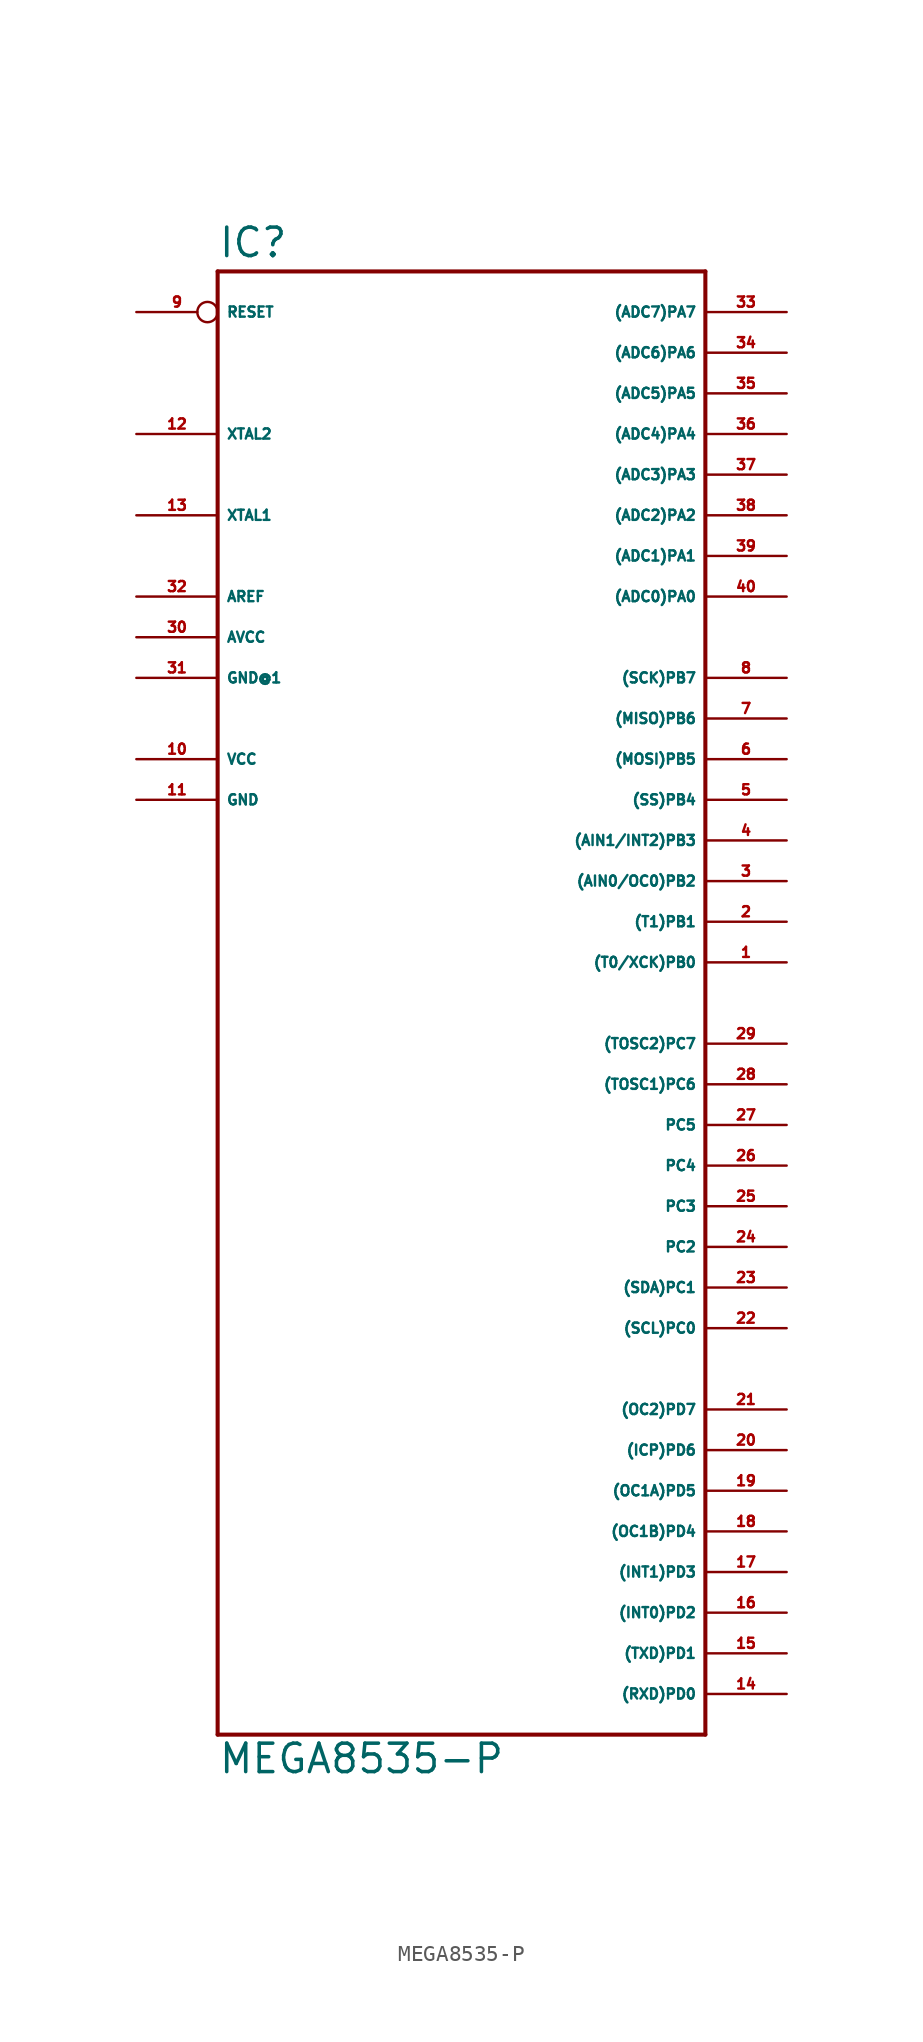
<source format=kicad_sym>
(kicad_symbol_lib
  (version 20220914)
  (generator Eagle2Kicad)
  (symbol "MEGA8535-P"
    (property "Reference" "IC"
      (at -15.24 43.942 0)
      (effects (font (size 1.778 1.778) (thickness 0.22)) (justify left bottom)))
    (property "Value" "MEGA8535-P"
      (at -15.24 -50.8 0)
      (effects (font (size 1.778 1.778) (thickness 0.22)) (justify left bottom)))
    (polyline
      (pts (xy -15.24 43.18) (xy 15.24 43.18))
      (stroke (width 0.254) (type default))
      (fill (type none)))
    (polyline
      (pts (xy 15.24 43.18) (xy 15.24 -48.26))
      (stroke (width 0.254) (type default))
      (fill (type none)))
    (polyline
      (pts (xy 15.24 -48.26) (xy -15.24 -48.26))
      (stroke (width 0.254) (type default))
      (fill (type none)))
    (polyline
      (pts (xy -15.24 -48.26) (xy -15.24 43.18))
      (stroke (width 0.254) (type default))
      (fill (type none)))
    (pin bidirectional line
      (at 20.32 40.64 180)
      (length 5.08)
      (name "(ADC7)PA7" (effects (font (size 0.635 0.635) (thickness 0.08)) (justify left bottom)))
      (number "33" (effects (font (size 0.635 0.635) (thickness 0.08)) (justify left bottom))))
    (pin bidirectional line
      (at 20.32 38.1 180)
      (length 5.08)
      (name "(ADC6)PA6" (effects (font (size 0.635 0.635) (thickness 0.08)) (justify left bottom)))
      (number "34" (effects (font (size 0.635 0.635) (thickness 0.08)) (justify left bottom))))
    (pin bidirectional line
      (at 20.32 35.56 180)
      (length 5.08)
      (name "(ADC5)PA5" (effects (font (size 0.635 0.635) (thickness 0.08)) (justify left bottom)))
      (number "35" (effects (font (size 0.635 0.635) (thickness 0.08)) (justify left bottom))))
    (pin bidirectional line
      (at 20.32 33.02 180)
      (length 5.08)
      (name "(ADC4)PA4" (effects (font (size 0.635 0.635) (thickness 0.08)) (justify left bottom)))
      (number "36" (effects (font (size 0.635 0.635) (thickness 0.08)) (justify left bottom))))
    (pin bidirectional line
      (at 20.32 30.48 180)
      (length 5.08)
      (name "(ADC3)PA3" (effects (font (size 0.635 0.635) (thickness 0.08)) (justify left bottom)))
      (number "37" (effects (font (size 0.635 0.635) (thickness 0.08)) (justify left bottom))))
    (pin bidirectional line
      (at 20.32 27.94 180)
      (length 5.08)
      (name "(ADC2)PA2" (effects (font (size 0.635 0.635) (thickness 0.08)) (justify left bottom)))
      (number "38" (effects (font (size 0.635 0.635) (thickness 0.08)) (justify left bottom))))
    (pin bidirectional line
      (at 20.32 25.4 180)
      (length 5.08)
      (name "(ADC1)PA1" (effects (font (size 0.635 0.635) (thickness 0.08)) (justify left bottom)))
      (number "39" (effects (font (size 0.635 0.635) (thickness 0.08)) (justify left bottom))))
    (pin bidirectional line
      (at 20.32 22.86 180)
      (length 5.08)
      (name "(ADC0)PA0" (effects (font (size 0.635 0.635) (thickness 0.08)) (justify left bottom)))
      (number "40" (effects (font (size 0.635 0.635) (thickness 0.08)) (justify left bottom))))
    (pin bidirectional line
      (at 20.32 17.78 180)
      (length 5.08)
      (name "(SCK)PB7" (effects (font (size 0.635 0.635) (thickness 0.08)) (justify left bottom)))
      (number "8" (effects (font (size 0.635 0.635) (thickness 0.08)) (justify left bottom))))
    (pin bidirectional line
      (at 20.32 15.24 180)
      (length 5.08)
      (name "(MISO)PB6" (effects (font (size 0.635 0.635) (thickness 0.08)) (justify left bottom)))
      (number "7" (effects (font (size 0.635 0.635) (thickness 0.08)) (justify left bottom))))
    (pin bidirectional line
      (at 20.32 12.7 180)
      (length 5.08)
      (name "(MOSI)PB5" (effects (font (size 0.635 0.635) (thickness 0.08)) (justify left bottom)))
      (number "6" (effects (font (size 0.635 0.635) (thickness 0.08)) (justify left bottom))))
    (pin bidirectional line
      (at 20.32 10.16 180)
      (length 5.08)
      (name "(SS)PB4" (effects (font (size 0.635 0.635) (thickness 0.08)) (justify left bottom)))
      (number "5" (effects (font (size 0.635 0.635) (thickness 0.08)) (justify left bottom))))
    (pin bidirectional line
      (at 20.32 7.62 180)
      (length 5.08)
      (name "(AIN1/INT2)PB3" (effects (font (size 0.635 0.635) (thickness 0.08)) (justify left bottom)))
      (number "4" (effects (font (size 0.635 0.635) (thickness 0.08)) (justify left bottom))))
    (pin bidirectional line
      (at 20.32 5.08 180)
      (length 5.08)
      (name "(AIN0/OC0)PB2" (effects (font (size 0.635 0.635) (thickness 0.08)) (justify left bottom)))
      (number "3" (effects (font (size 0.635 0.635) (thickness 0.08)) (justify left bottom))))
    (pin bidirectional line
      (at 20.32 2.54 180)
      (length 5.08)
      (name "(T1)PB1" (effects (font (size 0.635 0.635) (thickness 0.08)) (justify left bottom)))
      (number "2" (effects (font (size 0.635 0.635) (thickness 0.08)) (justify left bottom))))
    (pin bidirectional line
      (at 20.32 0 180)
      (length 5.08)
      (name "(T0/XCK)PB0" (effects (font (size 0.635 0.635) (thickness 0.08)) (justify left bottom)))
      (number "1" (effects (font (size 0.635 0.635) (thickness 0.08)) (justify left bottom))))
    (pin bidirectional line
      (at 20.32 -5.08 180)
      (length 5.08)
      (name "(TOSC2)PC7" (effects (font (size 0.635 0.635) (thickness 0.08)) (justify left bottom)))
      (number "29" (effects (font (size 0.635 0.635) (thickness 0.08)) (justify left bottom))))
    (pin bidirectional line
      (at 20.32 -7.62 180)
      (length 5.08)
      (name "(TOSC1)PC6" (effects (font (size 0.635 0.635) (thickness 0.08)) (justify left bottom)))
      (number "28" (effects (font (size 0.635 0.635) (thickness 0.08)) (justify left bottom))))
    (pin bidirectional line
      (at 20.32 -10.16 180)
      (length 5.08)
      (name "PC5" (effects (font (size 0.635 0.635) (thickness 0.08)) (justify left bottom)))
      (number "27" (effects (font (size 0.635 0.635) (thickness 0.08)) (justify left bottom))))
    (pin bidirectional line
      (at 20.32 -12.7 180)
      (length 5.08)
      (name "PC4" (effects (font (size 0.635 0.635) (thickness 0.08)) (justify left bottom)))
      (number "26" (effects (font (size 0.635 0.635) (thickness 0.08)) (justify left bottom))))
    (pin bidirectional line
      (at 20.32 -15.24 180)
      (length 5.08)
      (name "PC3" (effects (font (size 0.635 0.635) (thickness 0.08)) (justify left bottom)))
      (number "25" (effects (font (size 0.635 0.635) (thickness 0.08)) (justify left bottom))))
    (pin bidirectional line
      (at 20.32 -17.78 180)
      (length 5.08)
      (name "PC2" (effects (font (size 0.635 0.635) (thickness 0.08)) (justify left bottom)))
      (number "24" (effects (font (size 0.635 0.635) (thickness 0.08)) (justify left bottom))))
    (pin bidirectional line
      (at 20.32 -20.32 180)
      (length 5.08)
      (name "(SDA)PC1" (effects (font (size 0.635 0.635) (thickness 0.08)) (justify left bottom)))
      (number "23" (effects (font (size 0.635 0.635) (thickness 0.08)) (justify left bottom))))
    (pin bidirectional line
      (at 20.32 -22.86 180)
      (length 5.08)
      (name "(SCL)PC0" (effects (font (size 0.635 0.635) (thickness 0.08)) (justify left bottom)))
      (number "22" (effects (font (size 0.635 0.635) (thickness 0.08)) (justify left bottom))))
    (pin unspecified line
      (at -20.32 17.78 0)
      (length 5.08)
      (name "GND@1" (effects (font (size 0.635 0.635) (thickness 0.08)) (justify left bottom)))
      (number "31" (effects (font (size 0.635 0.635) (thickness 0.08)) (justify left bottom))))
    (pin unspecified line
      (at -20.32 20.32 0)
      (length 5.08)
      (name "AVCC" (effects (font (size 0.635 0.635) (thickness 0.08)) (justify left bottom)))
      (number "30" (effects (font (size 0.635 0.635) (thickness 0.08)) (justify left bottom))))
    (pin passive line
      (at -20.32 22.86 0)
      (length 5.08)
      (name "AREF" (effects (font (size 0.635 0.635) (thickness 0.08)) (justify left bottom)))
      (number "32" (effects (font (size 0.635 0.635) (thickness 0.08)) (justify left bottom))))
    (pin bidirectional line
      (at -20.32 27.94 0)
      (length 5.08)
      (name "XTAL1" (effects (font (size 0.635 0.635) (thickness 0.08)) (justify left bottom)))
      (number "13" (effects (font (size 0.635 0.635) (thickness 0.08)) (justify left bottom))))
    (pin bidirectional line
      (at -20.32 33.02 0)
      (length 5.08)
      (name "XTAL2" (effects (font (size 0.635 0.635) (thickness 0.08)) (justify left bottom)))
      (number "12" (effects (font (size 0.635 0.635) (thickness 0.08)) (justify left bottom))))
    (pin unspecified line
      (at -20.32 12.7 0)
      (length 5.08)
      (name "VCC" (effects (font (size 0.635 0.635) (thickness 0.08)) (justify left bottom)))
      (number "10" (effects (font (size 0.635 0.635) (thickness 0.08)) (justify left bottom))))
    (pin unspecified line
      (at -20.32 10.16 0)
      (length 5.08)
      (name "GND" (effects (font (size 0.635 0.635) (thickness 0.08)) (justify left bottom)))
      (number "11" (effects (font (size 0.635 0.635) (thickness 0.08)) (justify left bottom))))
    (pin input inverted
      (at -20.32 40.64 0)
      (length 5.08)
      (name "RESET" (effects (font (size 0.635 0.635) (thickness 0.08)) (justify left bottom)))
      (number "9" (effects (font (size 0.635 0.635) (thickness 0.08)) (justify left bottom))))
    (pin bidirectional line
      (at 20.32 -45.72 180)
      (length 5.08)
      (name "(RXD)PD0" (effects (font (size 0.635 0.635) (thickness 0.08)) (justify left bottom)))
      (number "14" (effects (font (size 0.635 0.635) (thickness 0.08)) (justify left bottom))))
    (pin bidirectional line
      (at 20.32 -43.18 180)
      (length 5.08)
      (name "(TXD)PD1" (effects (font (size 0.635 0.635) (thickness 0.08)) (justify left bottom)))
      (number "15" (effects (font (size 0.635 0.635) (thickness 0.08)) (justify left bottom))))
    (pin bidirectional line
      (at 20.32 -40.64 180)
      (length 5.08)
      (name "(INT0)PD2" (effects (font (size 0.635 0.635) (thickness 0.08)) (justify left bottom)))
      (number "16" (effects (font (size 0.635 0.635) (thickness 0.08)) (justify left bottom))))
    (pin bidirectional line
      (at 20.32 -38.1 180)
      (length 5.08)
      (name "(INT1)PD3" (effects (font (size 0.635 0.635) (thickness 0.08)) (justify left bottom)))
      (number "17" (effects (font (size 0.635 0.635) (thickness 0.08)) (justify left bottom))))
    (pin bidirectional line
      (at 20.32 -35.56 180)
      (length 5.08)
      (name "(OC1B)PD4" (effects (font (size 0.635 0.635) (thickness 0.08)) (justify left bottom)))
      (number "18" (effects (font (size 0.635 0.635) (thickness 0.08)) (justify left bottom))))
    (pin bidirectional line
      (at 20.32 -33.02 180)
      (length 5.08)
      (name "(OC1A)PD5" (effects (font (size 0.635 0.635) (thickness 0.08)) (justify left bottom)))
      (number "19" (effects (font (size 0.635 0.635) (thickness 0.08)) (justify left bottom))))
    (pin bidirectional line
      (at 20.32 -30.48 180)
      (length 5.08)
      (name "(ICP)PD6" (effects (font (size 0.635 0.635) (thickness 0.08)) (justify left bottom)))
      (number "20" (effects (font (size 0.635 0.635) (thickness 0.08)) (justify left bottom))))
    (pin bidirectional line
      (at 20.32 -27.94 180)
      (length 5.08)
      (name "(OC2)PD7" (effects (font (size 0.635 0.635) (thickness 0.08)) (justify left bottom)))
      (number "21" (effects (font (size 0.635 0.635) (thickness 0.08)) (justify left bottom))))))
</source>
